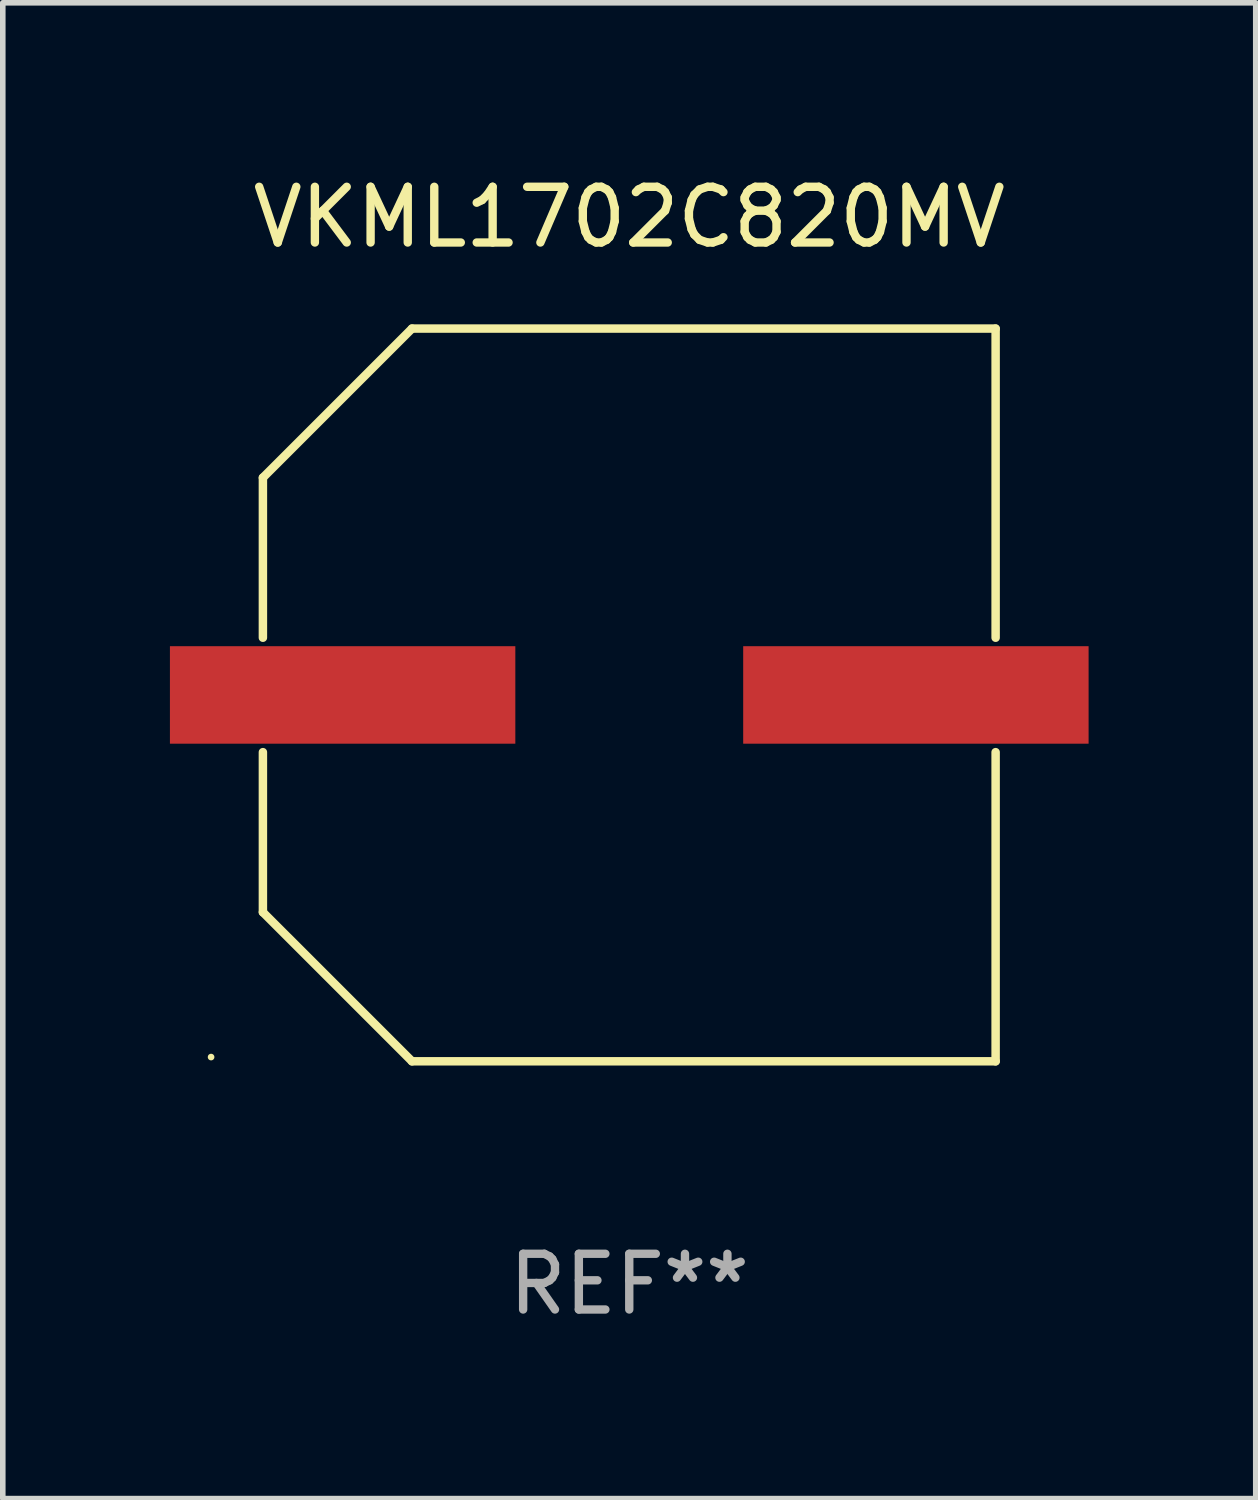
<source format=kicad_pcb>
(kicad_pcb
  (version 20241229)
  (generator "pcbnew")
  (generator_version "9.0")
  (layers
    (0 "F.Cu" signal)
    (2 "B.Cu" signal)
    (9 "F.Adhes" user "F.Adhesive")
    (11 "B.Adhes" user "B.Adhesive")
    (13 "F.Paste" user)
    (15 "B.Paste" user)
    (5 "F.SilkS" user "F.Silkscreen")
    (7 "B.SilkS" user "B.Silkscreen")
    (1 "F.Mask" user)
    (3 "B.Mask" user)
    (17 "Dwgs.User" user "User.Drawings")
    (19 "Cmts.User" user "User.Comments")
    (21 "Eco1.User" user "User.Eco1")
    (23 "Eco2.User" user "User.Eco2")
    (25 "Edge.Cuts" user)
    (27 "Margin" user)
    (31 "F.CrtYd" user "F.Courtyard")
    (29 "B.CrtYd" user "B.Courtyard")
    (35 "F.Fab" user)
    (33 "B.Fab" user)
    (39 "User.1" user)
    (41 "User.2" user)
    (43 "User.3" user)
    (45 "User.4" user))
  (footprint "VKML1702C820MV"
    (layer "F.Cu")
    (at 8.245 9.424)
    (property "Reference" "VKML1702C820MV" (at 0 -8.576 0) (layer "F.SilkS") (effects (font (size 1 1) (thickness 0.15))))
    (attr through_hole)
    (fp_line (start -6.576 -3.9) (end -6.576 -1.027) (stroke (width 0.152) (type solid)) (layer "F.SilkS"))
    (fp_line (start -6.576 3.9) (end -6.576 1.027) (stroke (width 0.152) (type solid)) (layer "F.SilkS"))
    (fp_line (start -3.9 -6.576) (end -6.576 -3.9) (stroke (width 0.152) (type solid)) (layer "F.SilkS"))
    (fp_line (start -3.9 6.576) (end -6.576 3.9) (stroke (width 0.152) (type solid)) (layer "F.SilkS"))
    (fp_line (start 6.576 -6.576) (end -3.9 -6.576) (stroke (width 0.152) (type solid)) (layer "F.SilkS"))
    (fp_line (start 6.576 -1.027) (end 6.576 -6.576) (stroke (width 0.152) (type solid)) (layer "F.SilkS"))
    (fp_line (start 6.576 1.027) (end 6.576 6.576) (stroke (width 0.152) (type solid)) (layer "F.SilkS"))
    (fp_line (start 6.576 6.576) (end -3.9 6.576) (stroke (width 0.152) (type solid)) (layer "F.SilkS"))
    (fp_circle (center -7.506 6.5) (end -7.476 6.5) (stroke (width 0.06) (type solid)) (fill no) (layer "F.SilkS"))
    (fp_text user "REF**" (at 0 10.576 0) (layer "F.Fab") (effects (font (size 1 1) (thickness 0.15))))
    (pad "1" smd rect (at -5.145 0) (size 6.2 1.75) (layers "F.Cu" "F.Mask" "F.Paste"))
    (pad "2" smd rect (at 5.145 0) (size 6.2 1.75) (layers "F.Cu" "F.Mask" "F.Paste")))
  (gr_rect
    (start -3 -3)
    (end 19.49 23.849)
    (stroke (width 0.1) (type default))
    (fill no)
    (layer "Edge.Cuts")))
</source>
